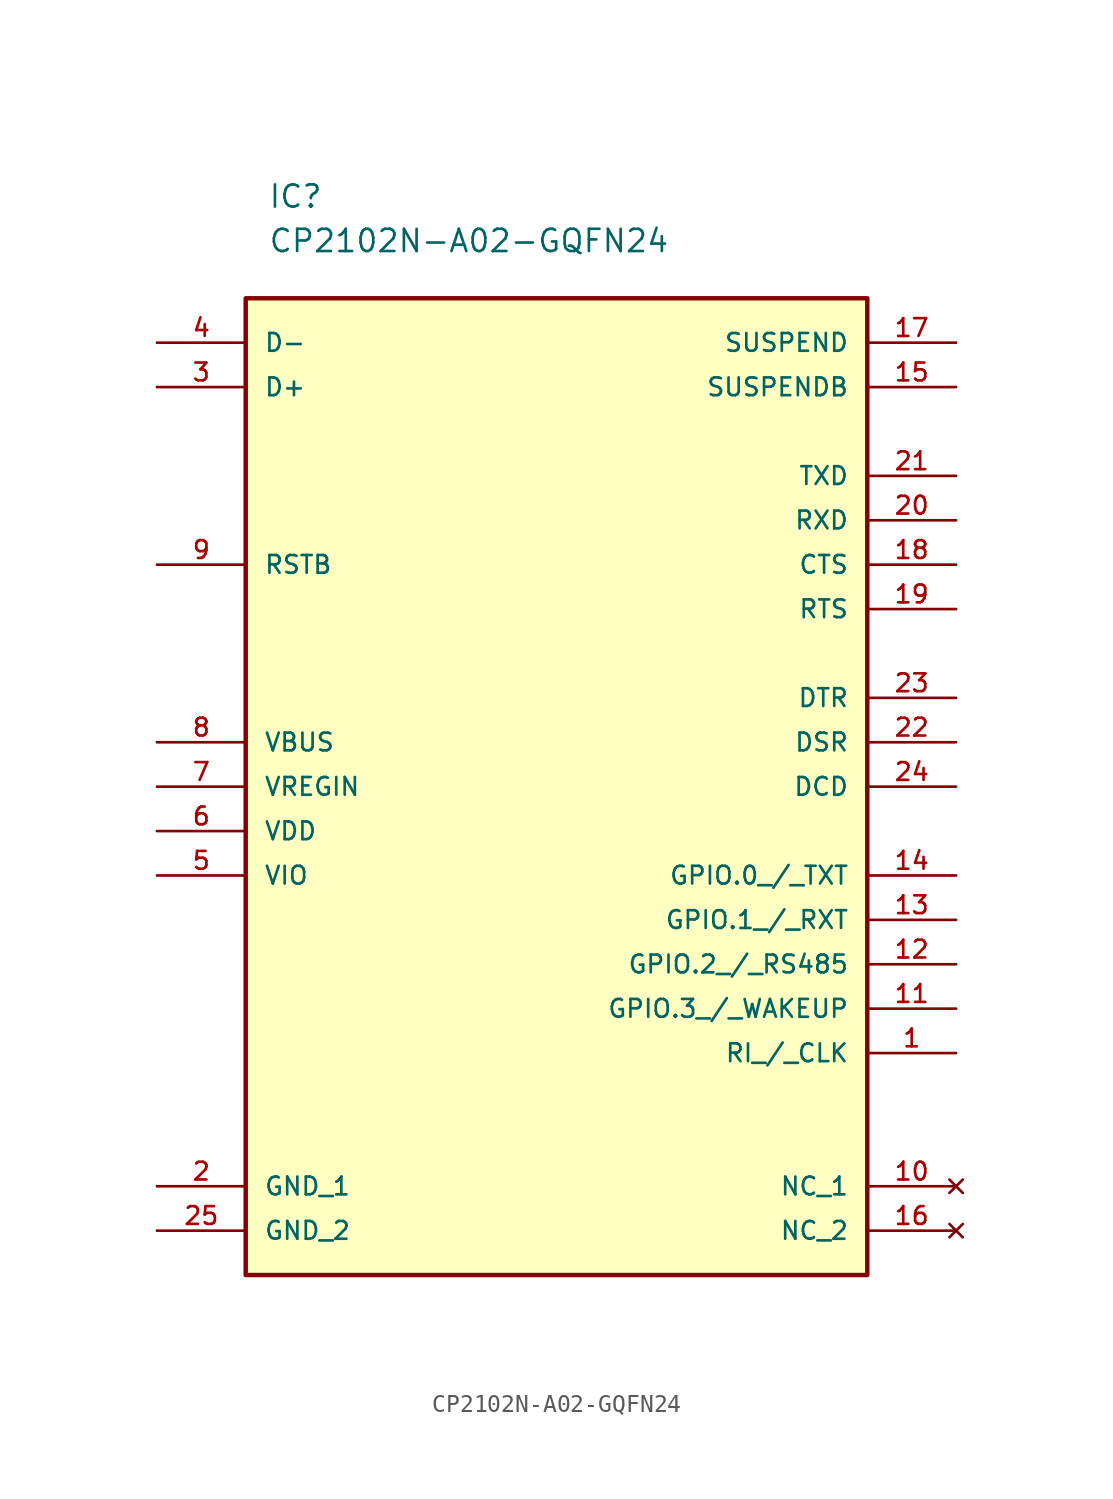
<source format=kicad_sym>
(kicad_symbol_lib
  (version 20211014)
  (generator kicad_symbol_editor)
  (symbol "CP2102N-A02-GQFN24"
    (pin_names
      (offset 1.016))
    (property "Reference" "IC"
      (at -16.51 30.48 0)
      (effects (font (size 1.27 1.27)) (justify left bottom)))
    (property "Value" "CP2102N-A02-GQFN24"
      (at -16.51 27.94 0)
      (effects (font (size 1.27 1.27)) (justify left bottom)))
    (property "ki_locked" ""
      (at 0 0 0)
      (effects (font (size 1.27 1.27))))
    (symbol "CP2102N-A02-GQFN24_0_0"
      (rectangle (start -17.78 -30.48) (end 17.78 25.4) (stroke (width 0.254) (type default) (color 0 0 0 0)) (fill (type background)))
      (pin bidirectional line (at 22.86 -17.78 180) (length 5.08) (name "RI_/_CLK" (effects (font (size 1.016 1.016)))) (number "1" (effects (font (size 1.016 1.016)))))
      (pin no_connect line (at 22.86 -25.4 180) (length 5.08) (name "NC_1" (effects (font (size 1.016 1.016)))) (number "10" (effects (font (size 1.016 1.016)))))
      (pin bidirectional line (at 22.86 -15.24 180) (length 5.08) (name "GPIO.3_/_WAKEUP" (effects (font (size 1.016 1.016)))) (number "11" (effects (font (size 1.016 1.016)))))
      (pin bidirectional line (at 22.86 -12.7 180) (length 5.08) (name "GPIO.2_/_RS485" (effects (font (size 1.016 1.016)))) (number "12" (effects (font (size 1.016 1.016)))))
      (pin bidirectional line (at 22.86 -10.16 180) (length 5.08) (name "GPIO.1_/_RXT" (effects (font (size 1.016 1.016)))) (number "13" (effects (font (size 1.016 1.016)))))
      (pin bidirectional line (at 22.86 -7.62 180) (length 5.08) (name "GPIO.0_/_TXT" (effects (font (size 1.016 1.016)))) (number "14" (effects (font (size 1.016 1.016)))))
      (pin output line (at 22.86 20.32 180) (length 5.08) (name "SUSPENDB" (effects (font (size 1.016 1.016)))) (number "15" (effects (font (size 1.016 1.016)))))
      (pin no_connect line (at 22.86 -27.94 180) (length 5.08) (name "NC_2" (effects (font (size 1.016 1.016)))) (number "16" (effects (font (size 1.016 1.016)))))
      (pin output line (at 22.86 22.86 180) (length 5.08) (name "SUSPEND" (effects (font (size 1.016 1.016)))) (number "17" (effects (font (size 1.016 1.016)))))
      (pin bidirectional line (at 22.86 10.16 180) (length 5.08) (name "CTS" (effects (font (size 1.016 1.016)))) (number "18" (effects (font (size 1.016 1.016)))))
      (pin output line (at 22.86 7.62 180) (length 5.08) (name "RTS" (effects (font (size 1.016 1.016)))) (number "19" (effects (font (size 1.016 1.016)))))
      (pin power_in line (at -22.86 -25.4 0) (length 5.08) (name "GND_1" (effects (font (size 1.016 1.016)))) (number "2" (effects (font (size 1.016 1.016)))))
      (pin input line (at 22.86 12.7 180) (length 5.08) (name "RXD" (effects (font (size 1.016 1.016)))) (number "20" (effects (font (size 1.016 1.016)))))
      (pin output line (at 22.86 15.24 180) (length 5.08) (name "TXD" (effects (font (size 1.016 1.016)))) (number "21" (effects (font (size 1.016 1.016)))))
      (pin bidirectional line (at 22.86 0 180) (length 5.08) (name "DSR" (effects (font (size 1.016 1.016)))) (number "22" (effects (font (size 1.016 1.016)))))
      (pin bidirectional line (at 22.86 2.54 180) (length 5.08) (name "DTR" (effects (font (size 1.016 1.016)))) (number "23" (effects (font (size 1.016 1.016)))))
      (pin bidirectional line (at 22.86 -2.54 180) (length 5.08) (name "DCD" (effects (font (size 1.016 1.016)))) (number "24" (effects (font (size 1.016 1.016)))))
      (pin power_in line (at -22.86 -27.94 0) (length 5.08) (name "GND_2" (effects (font (size 1.016 1.016)))) (number "25" (effects (font (size 1.016 1.016)))))
      (pin bidirectional line (at -22.86 20.32 0) (length 5.08) (name "D+" (effects (font (size 1.016 1.016)))) (number "3" (effects (font (size 1.016 1.016)))))
      (pin bidirectional line (at -22.86 22.86 0) (length 5.08) (name "D-" (effects (font (size 1.016 1.016)))) (number "4" (effects (font (size 1.016 1.016)))))
      (pin power_in line (at -22.86 -7.62 0) (length 5.08) (name "VIO" (effects (font (size 1.016 1.016)))) (number "5" (effects (font (size 1.016 1.016)))))
      (pin power_in line (at -22.86 -5.08 0) (length 5.08) (name "VDD" (effects (font (size 1.016 1.016)))) (number "6" (effects (font (size 1.016 1.016)))))
      (pin power_in line (at -22.86 -2.54 0) (length 5.08) (name "VREGIN" (effects (font (size 1.016 1.016)))) (number "7" (effects (font (size 1.016 1.016)))))
      (pin power_in line (at -22.86 0 0) (length 5.08) (name "VBUS" (effects (font (size 1.016 1.016)))) (number "8" (effects (font (size 1.016 1.016)))))
      (pin bidirectional line (at -22.86 10.16 0) (length 5.08) (name "RSTB" (effects (font (size 1.016 1.016)))) (number "9" (effects (font (size 1.016 1.016))))))))
</source>
